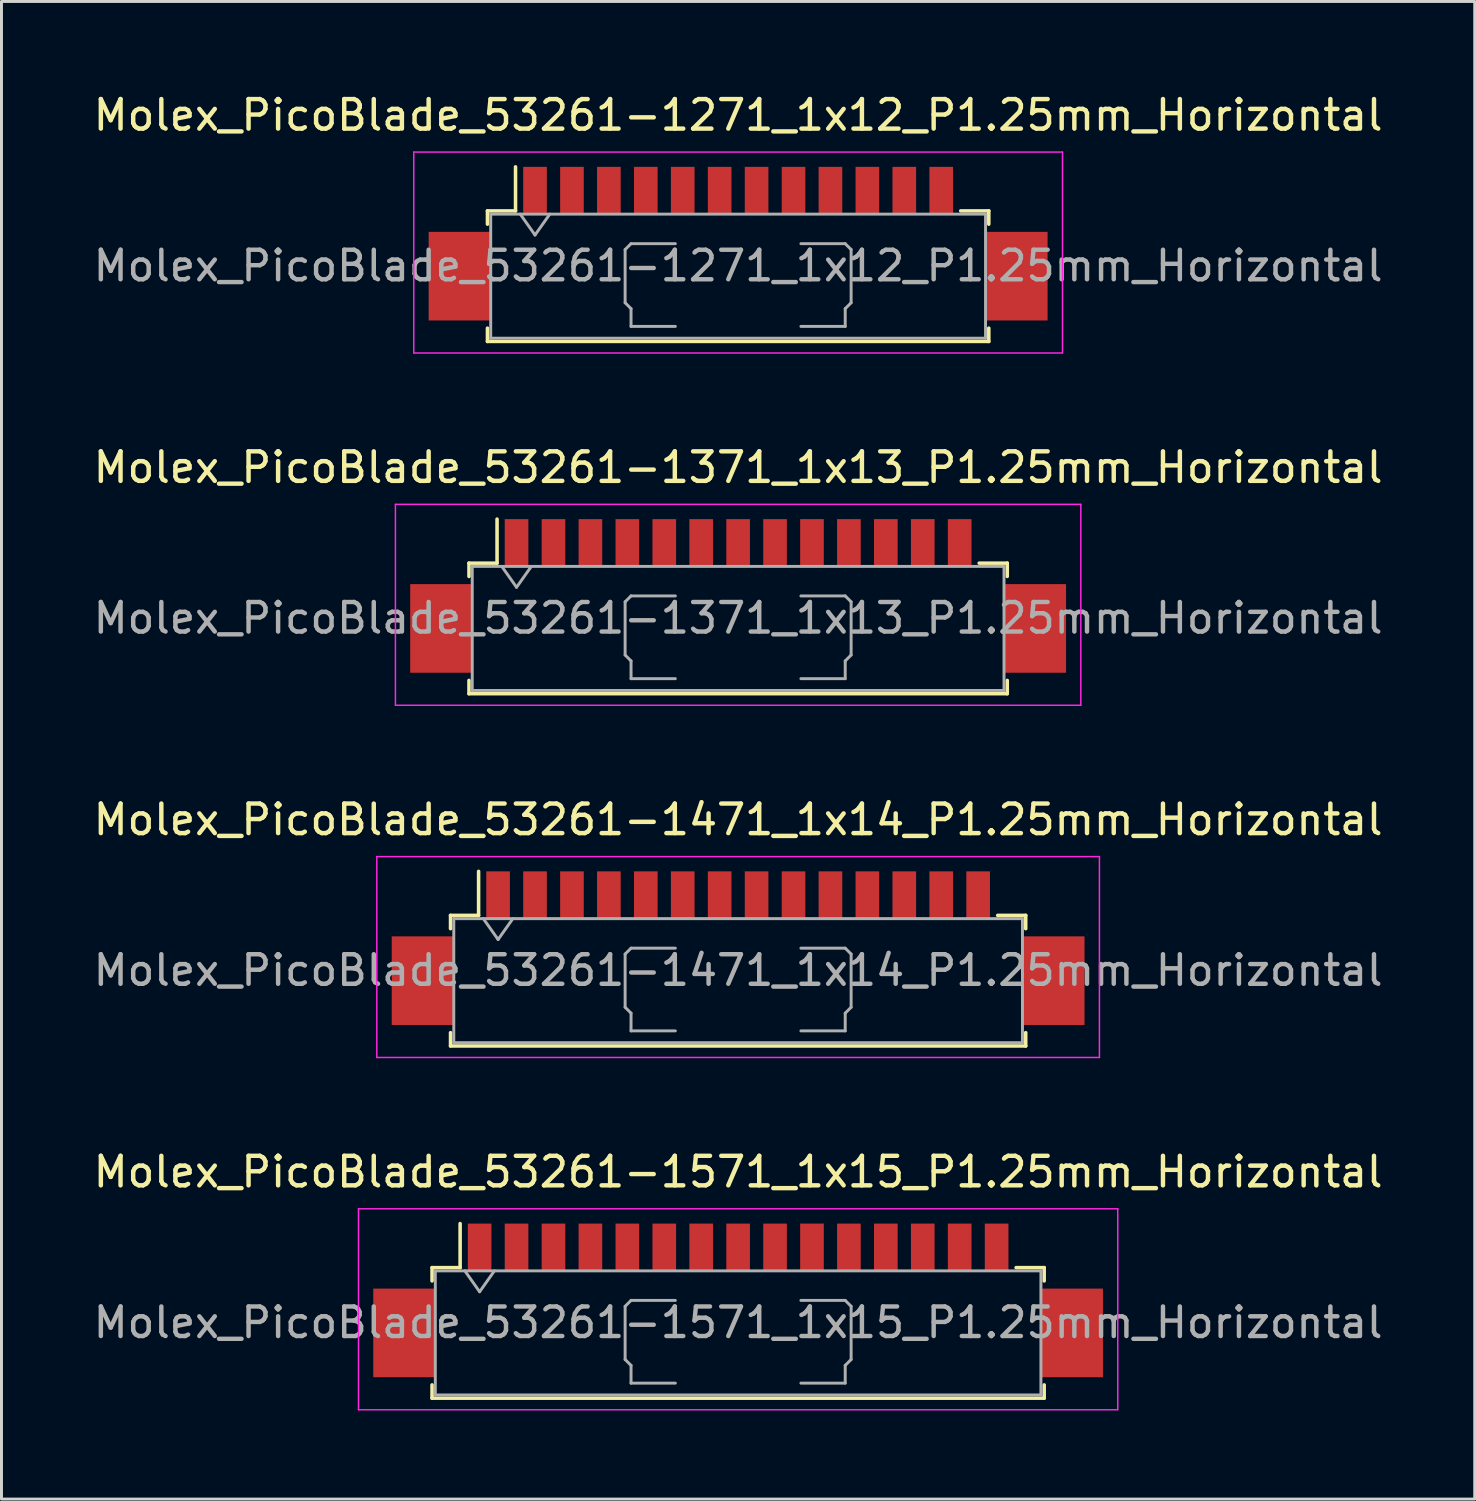
<source format=kicad_pcb>
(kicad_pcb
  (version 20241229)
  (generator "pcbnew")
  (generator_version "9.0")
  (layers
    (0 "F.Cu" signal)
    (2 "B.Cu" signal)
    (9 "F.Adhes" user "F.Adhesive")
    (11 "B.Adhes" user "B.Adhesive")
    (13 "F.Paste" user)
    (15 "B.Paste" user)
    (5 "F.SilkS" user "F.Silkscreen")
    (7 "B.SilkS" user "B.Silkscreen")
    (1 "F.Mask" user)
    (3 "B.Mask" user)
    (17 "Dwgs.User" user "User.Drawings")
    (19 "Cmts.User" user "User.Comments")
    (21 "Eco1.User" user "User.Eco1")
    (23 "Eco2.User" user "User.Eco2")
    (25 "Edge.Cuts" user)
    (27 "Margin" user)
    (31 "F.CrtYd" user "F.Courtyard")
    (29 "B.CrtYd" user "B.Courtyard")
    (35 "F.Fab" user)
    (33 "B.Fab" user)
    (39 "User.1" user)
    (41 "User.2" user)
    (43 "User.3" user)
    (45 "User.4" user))
  (footprint "Molex_PicoBlade_53261-1471_1x14_P1.25mm_Horizontal"
    (layer "F.Cu")
    (at 21.935 29.045)
    (property "Reference" "Molex_PicoBlade_53261-1471_1x14_P1.25mm_Horizontal" (at 0 -4.35 0) (layer "F.SilkS") (effects (font (size 1 1) (thickness 0.15))))
    (attr smd)
    (fp_line (start -9.735 -1.11) (end -8.785 -1.11) (stroke (width 0.12) (type solid)) (layer "F.SilkS"))
    (fp_line (start -9.735 -0.66) (end -9.735 -1.11) (stroke (width 0.12) (type solid)) (layer "F.SilkS"))
    (fp_line (start -9.735 2.86) (end -9.735 3.31) (stroke (width 0.12) (type solid)) (layer "F.SilkS"))
    (fp_line (start -9.735 3.31) (end 9.735 3.31) (stroke (width 0.12) (type solid)) (layer "F.SilkS"))
    (fp_line (start -8.785 -1.11) (end -8.785 -2.6) (stroke (width 0.12) (type solid)) (layer "F.SilkS"))
    (fp_line (start 9.735 -1.11) (end 8.785 -1.11) (stroke (width 0.12) (type solid)) (layer "F.SilkS"))
    (fp_line (start 9.735 -0.66) (end 9.735 -1.11) (stroke (width 0.12) (type solid)) (layer "F.SilkS"))
    (fp_line (start 9.735 3.31) (end 9.735 2.86) (stroke (width 0.12) (type solid)) (layer "F.SilkS"))
    (fp_line (start -12.23 -3.1) (end -12.23 3.7) (stroke (width 0.05) (type solid)) (layer "F.CrtYd"))
    (fp_line (start -12.23 3.7) (end 12.23 3.7) (stroke (width 0.05) (type solid)) (layer "F.CrtYd"))
    (fp_line (start 12.23 -3.1) (end -12.23 -3.1) (stroke (width 0.05) (type solid)) (layer "F.CrtYd"))
    (fp_line (start 12.23 3.7) (end 12.23 -3.1) (stroke (width 0.05) (type solid)) (layer "F.CrtYd"))
    (fp_line (start -9.625 -1) (end -9.625 3.2) (stroke (width 0.1) (type solid)) (layer "F.Fab"))
    (fp_line (start -9.625 -1) (end 9.625 -1) (stroke (width 0.1) (type solid)) (layer "F.Fab"))
    (fp_line (start -9.625 3.2) (end 9.625 3.2) (stroke (width 0.1) (type solid)) (layer "F.Fab"))
    (fp_line (start -8.625 -1) (end -8.125 -0.293) (stroke (width 0.1) (type solid)) (layer "F.Fab"))
    (fp_line (start -8.125 -0.293) (end -7.625 -1) (stroke (width 0.1) (type solid)) (layer "F.Fab"))
    (fp_line (start -3.825 0.2) (end -3.825 2) (stroke (width 0.1) (type solid)) (layer "F.Fab"))
    (fp_line (start -3.825 2) (end -3.625 2.2) (stroke (width 0.1) (type solid)) (layer "F.Fab"))
    (fp_line (start -3.625 0) (end -3.825 0.2) (stroke (width 0.1) (type solid)) (layer "F.Fab"))
    (fp_line (start -3.625 2.2) (end -3.625 2.8) (stroke (width 0.1) (type solid)) (layer "F.Fab"))
    (fp_line (start -3.625 2.8) (end -2.125 2.8) (stroke (width 0.1) (type solid)) (layer "F.Fab"))
    (fp_line (start -2.125 0) (end -3.625 0) (stroke (width 0.1) (type solid)) (layer "F.Fab"))
    (fp_line (start 2.125 0) (end 3.625 0) (stroke (width 0.1) (type solid)) (layer "F.Fab"))
    (fp_line (start 3.625 0) (end 3.825 0.2) (stroke (width 0.1) (type solid)) (layer "F.Fab"))
    (fp_line (start 3.625 2.2) (end 3.625 2.8) (stroke (width 0.1) (type solid)) (layer "F.Fab"))
    (fp_line (start 3.625 2.8) (end 2.125 2.8) (stroke (width 0.1) (type solid)) (layer "F.Fab"))
    (fp_line (start 3.825 0.2) (end 3.825 2) (stroke (width 0.1) (type solid)) (layer "F.Fab"))
    (fp_line (start 3.825 2) (end 3.625 2.2) (stroke (width 0.1) (type solid)) (layer "F.Fab"))
    (fp_line (start 9.625 -1) (end 9.625 3.2) (stroke (width 0.1) (type solid)) (layer "F.Fab"))
    (fp_text user "${REFERENCE}" (at 0 0.75 0) (layer "F.Fab") (effects (font (size 1 1) (thickness 0.15))))
    (pad "" smd rect (at -10.675 1.1) (size 2.1 3) (layers "F.Cu" "F.Mask" "F.Paste"))
    (pad "" smd rect (at 10.675 1.1) (size 2.1 3) (layers "F.Cu" "F.Mask" "F.Paste"))
    (pad "1" smd rect (at -8.125 -1.8) (size 0.8 1.6) (layers "F.Cu" "F.Mask" "F.Paste"))
    (pad "2" smd rect (at -6.875 -1.8) (size 0.8 1.6) (layers "F.Cu" "F.Mask" "F.Paste"))
    (pad "3" smd rect (at -5.625 -1.8) (size 0.8 1.6) (layers "F.Cu" "F.Mask" "F.Paste"))
    (pad "4" smd rect (at -4.375 -1.8) (size 0.8 1.6) (layers "F.Cu" "F.Mask" "F.Paste"))
    (pad "5" smd rect (at -3.125 -1.8) (size 0.8 1.6) (layers "F.Cu" "F.Mask" "F.Paste"))
    (pad "6" smd rect (at -1.875 -1.8) (size 0.8 1.6) (layers "F.Cu" "F.Mask" "F.Paste"))
    (pad "7" smd rect (at -0.625 -1.8) (size 0.8 1.6) (layers "F.Cu" "F.Mask" "F.Paste"))
    (pad "8" smd rect (at 0.625 -1.8) (size 0.8 1.6) (layers "F.Cu" "F.Mask" "F.Paste"))
    (pad "9" smd rect (at 1.875 -1.8) (size 0.8 1.6) (layers "F.Cu" "F.Mask" "F.Paste"))
    (pad "10" smd rect (at 3.125 -1.8) (size 0.8 1.6) (layers "F.Cu" "F.Mask" "F.Paste"))
    (pad "11" smd rect (at 4.375 -1.8) (size 0.8 1.6) (layers "F.Cu" "F.Mask" "F.Paste"))
    (pad "12" smd rect (at 5.625 -1.8) (size 0.8 1.6) (layers "F.Cu" "F.Mask" "F.Paste"))
    (pad "13" smd rect (at 6.875 -1.8) (size 0.8 1.6) (layers "F.Cu" "F.Mask" "F.Paste"))
    (pad "14" smd rect (at 8.125 -1.8) (size 0.8 1.6) (layers "F.Cu" "F.Mask" "F.Paste")))
  (footprint "Molex_PicoBlade_53261-1271_1x12_P1.25mm_Horizontal"
    (layer "F.Cu")
    (at 21.935 5.198)
    (property "Reference" "Molex_PicoBlade_53261-1271_1x12_P1.25mm_Horizontal" (at 0 -4.35 0) (layer "F.SilkS") (effects (font (size 1 1) (thickness 0.15))))
    (attr smd)
    (fp_line (start -8.485 -1.11) (end -7.535 -1.11) (stroke (width 0.12) (type solid)) (layer "F.SilkS"))
    (fp_line (start -8.485 -0.66) (end -8.485 -1.11) (stroke (width 0.12) (type solid)) (layer "F.SilkS"))
    (fp_line (start -8.485 2.86) (end -8.485 3.31) (stroke (width 0.12) (type solid)) (layer "F.SilkS"))
    (fp_line (start -8.485 3.31) (end 8.485 3.31) (stroke (width 0.12) (type solid)) (layer "F.SilkS"))
    (fp_line (start -7.535 -1.11) (end -7.535 -2.6) (stroke (width 0.12) (type solid)) (layer "F.SilkS"))
    (fp_line (start 8.485 -1.11) (end 7.535 -1.11) (stroke (width 0.12) (type solid)) (layer "F.SilkS"))
    (fp_line (start 8.485 -0.66) (end 8.485 -1.11) (stroke (width 0.12) (type solid)) (layer "F.SilkS"))
    (fp_line (start 8.485 3.31) (end 8.485 2.86) (stroke (width 0.12) (type solid)) (layer "F.SilkS"))
    (fp_line (start -10.98 -3.1) (end -10.98 3.7) (stroke (width 0.05) (type solid)) (layer "F.CrtYd"))
    (fp_line (start -10.98 3.7) (end 10.98 3.7) (stroke (width 0.05) (type solid)) (layer "F.CrtYd"))
    (fp_line (start 10.98 -3.1) (end -10.98 -3.1) (stroke (width 0.05) (type solid)) (layer "F.CrtYd"))
    (fp_line (start 10.98 3.7) (end 10.98 -3.1) (stroke (width 0.05) (type solid)) (layer "F.CrtYd"))
    (fp_line (start -8.375 -1) (end -8.375 3.2) (stroke (width 0.1) (type solid)) (layer "F.Fab"))
    (fp_line (start -8.375 -1) (end 8.375 -1) (stroke (width 0.1) (type solid)) (layer "F.Fab"))
    (fp_line (start -8.375 3.2) (end 8.375 3.2) (stroke (width 0.1) (type solid)) (layer "F.Fab"))
    (fp_line (start -7.375 -1) (end -6.875 -0.293) (stroke (width 0.1) (type solid)) (layer "F.Fab"))
    (fp_line (start -6.875 -0.293) (end -6.375 -1) (stroke (width 0.1) (type solid)) (layer "F.Fab"))
    (fp_line (start -3.825 0.2) (end -3.825 2) (stroke (width 0.1) (type solid)) (layer "F.Fab"))
    (fp_line (start -3.825 2) (end -3.625 2.2) (stroke (width 0.1) (type solid)) (layer "F.Fab"))
    (fp_line (start -3.625 0) (end -3.825 0.2) (stroke (width 0.1) (type solid)) (layer "F.Fab"))
    (fp_line (start -3.625 2.2) (end -3.625 2.8) (stroke (width 0.1) (type solid)) (layer "F.Fab"))
    (fp_line (start -3.625 2.8) (end -2.125 2.8) (stroke (width 0.1) (type solid)) (layer "F.Fab"))
    (fp_line (start -2.125 0) (end -3.625 0) (stroke (width 0.1) (type solid)) (layer "F.Fab"))
    (fp_line (start 2.125 0) (end 3.625 0) (stroke (width 0.1) (type solid)) (layer "F.Fab"))
    (fp_line (start 3.625 0) (end 3.825 0.2) (stroke (width 0.1) (type solid)) (layer "F.Fab"))
    (fp_line (start 3.625 2.2) (end 3.625 2.8) (stroke (width 0.1) (type solid)) (layer "F.Fab"))
    (fp_line (start 3.625 2.8) (end 2.125 2.8) (stroke (width 0.1) (type solid)) (layer "F.Fab"))
    (fp_line (start 3.825 0.2) (end 3.825 2) (stroke (width 0.1) (type solid)) (layer "F.Fab"))
    (fp_line (start 3.825 2) (end 3.625 2.2) (stroke (width 0.1) (type solid)) (layer "F.Fab"))
    (fp_line (start 8.375 -1) (end 8.375 3.2) (stroke (width 0.1) (type solid)) (layer "F.Fab"))
    (fp_text user "${REFERENCE}" (at 0 0.75 0) (layer "F.Fab") (effects (font (size 1 1) (thickness 0.15))))
    (pad "" smd rect (at -9.425 1.1) (size 2.1 3) (layers "F.Cu" "F.Mask" "F.Paste"))
    (pad "" smd rect (at 9.425 1.1) (size 2.1 3) (layers "F.Cu" "F.Mask" "F.Paste"))
    (pad "1" smd rect (at -6.875 -1.8) (size 0.8 1.6) (layers "F.Cu" "F.Mask" "F.Paste"))
    (pad "2" smd rect (at -5.625 -1.8) (size 0.8 1.6) (layers "F.Cu" "F.Mask" "F.Paste"))
    (pad "3" smd rect (at -4.375 -1.8) (size 0.8 1.6) (layers "F.Cu" "F.Mask" "F.Paste"))
    (pad "4" smd rect (at -3.125 -1.8) (size 0.8 1.6) (layers "F.Cu" "F.Mask" "F.Paste"))
    (pad "5" smd rect (at -1.875 -1.8) (size 0.8 1.6) (layers "F.Cu" "F.Mask" "F.Paste"))
    (pad "6" smd rect (at -0.625 -1.8) (size 0.8 1.6) (layers "F.Cu" "F.Mask" "F.Paste"))
    (pad "7" smd rect (at 0.625 -1.8) (size 0.8 1.6) (layers "F.Cu" "F.Mask" "F.Paste"))
    (pad "8" smd rect (at 1.875 -1.8) (size 0.8 1.6) (layers "F.Cu" "F.Mask" "F.Paste"))
    (pad "9" smd rect (at 3.125 -1.8) (size 0.8 1.6) (layers "F.Cu" "F.Mask" "F.Paste"))
    (pad "10" smd rect (at 4.375 -1.8) (size 0.8 1.6) (layers "F.Cu" "F.Mask" "F.Paste"))
    (pad "11" smd rect (at 5.625 -1.8) (size 0.8 1.6) (layers "F.Cu" "F.Mask" "F.Paste"))
    (pad "12" smd rect (at 6.875 -1.8) (size 0.8 1.6) (layers "F.Cu" "F.Mask" "F.Paste")))
  (footprint "Molex_PicoBlade_53261-1371_1x13_P1.25mm_Horizontal"
    (layer "F.Cu")
    (at 21.935 17.122)
    (property "Reference" "Molex_PicoBlade_53261-1371_1x13_P1.25mm_Horizontal" (at 0 -4.35 0) (layer "F.SilkS") (effects (font (size 1 1) (thickness 0.15))))
    (attr smd)
    (fp_line (start -9.11 -1.11) (end -8.16 -1.11) (stroke (width 0.12) (type solid)) (layer "F.SilkS"))
    (fp_line (start -9.11 -0.66) (end -9.11 -1.11) (stroke (width 0.12) (type solid)) (layer "F.SilkS"))
    (fp_line (start -9.11 2.86) (end -9.11 3.31) (stroke (width 0.12) (type solid)) (layer "F.SilkS"))
    (fp_line (start -9.11 3.31) (end 9.11 3.31) (stroke (width 0.12) (type solid)) (layer "F.SilkS"))
    (fp_line (start -8.16 -1.11) (end -8.16 -2.6) (stroke (width 0.12) (type solid)) (layer "F.SilkS"))
    (fp_line (start 9.11 -1.11) (end 8.16 -1.11) (stroke (width 0.12) (type solid)) (layer "F.SilkS"))
    (fp_line (start 9.11 -0.66) (end 9.11 -1.11) (stroke (width 0.12) (type solid)) (layer "F.SilkS"))
    (fp_line (start 9.11 3.31) (end 9.11 2.86) (stroke (width 0.12) (type solid)) (layer "F.SilkS"))
    (fp_line (start -11.6 -3.1) (end -11.6 3.7) (stroke (width 0.05) (type solid)) (layer "F.CrtYd"))
    (fp_line (start -11.6 3.7) (end 11.6 3.7) (stroke (width 0.05) (type solid)) (layer "F.CrtYd"))
    (fp_line (start 11.6 -3.1) (end -11.6 -3.1) (stroke (width 0.05) (type solid)) (layer "F.CrtYd"))
    (fp_line (start 11.6 3.7) (end 11.6 -3.1) (stroke (width 0.05) (type solid)) (layer "F.CrtYd"))
    (fp_line (start -9 -1) (end -9 3.2) (stroke (width 0.1) (type solid)) (layer "F.Fab"))
    (fp_line (start -9 -1) (end 9 -1) (stroke (width 0.1) (type solid)) (layer "F.Fab"))
    (fp_line (start -9 3.2) (end 9 3.2) (stroke (width 0.1) (type solid)) (layer "F.Fab"))
    (fp_line (start -8 -1) (end -7.5 -0.293) (stroke (width 0.1) (type solid)) (layer "F.Fab"))
    (fp_line (start -7.5 -0.293) (end -7 -1) (stroke (width 0.1) (type solid)) (layer "F.Fab"))
    (fp_line (start -3.825 0.2) (end -3.825 2) (stroke (width 0.1) (type solid)) (layer "F.Fab"))
    (fp_line (start -3.825 2) (end -3.625 2.2) (stroke (width 0.1) (type solid)) (layer "F.Fab"))
    (fp_line (start -3.625 0) (end -3.825 0.2) (stroke (width 0.1) (type solid)) (layer "F.Fab"))
    (fp_line (start -3.625 2.2) (end -3.625 2.8) (stroke (width 0.1) (type solid)) (layer "F.Fab"))
    (fp_line (start -3.625 2.8) (end -2.125 2.8) (stroke (width 0.1) (type solid)) (layer "F.Fab"))
    (fp_line (start -2.125 0) (end -3.625 0) (stroke (width 0.1) (type solid)) (layer "F.Fab"))
    (fp_line (start 2.125 0) (end 3.625 0) (stroke (width 0.1) (type solid)) (layer "F.Fab"))
    (fp_line (start 3.625 0) (end 3.825 0.2) (stroke (width 0.1) (type solid)) (layer "F.Fab"))
    (fp_line (start 3.625 2.2) (end 3.625 2.8) (stroke (width 0.1) (type solid)) (layer "F.Fab"))
    (fp_line (start 3.625 2.8) (end 2.125 2.8) (stroke (width 0.1) (type solid)) (layer "F.Fab"))
    (fp_line (start 3.825 0.2) (end 3.825 2) (stroke (width 0.1) (type solid)) (layer "F.Fab"))
    (fp_line (start 3.825 2) (end 3.625 2.2) (stroke (width 0.1) (type solid)) (layer "F.Fab"))
    (fp_line (start 9 -1) (end 9 3.2) (stroke (width 0.1) (type solid)) (layer "F.Fab"))
    (fp_text user "${REFERENCE}" (at 0 0.75 0) (layer "F.Fab") (effects (font (size 1 1) (thickness 0.15))))
    (pad "" smd rect (at -10.05 1.1) (size 2.1 3) (layers "F.Cu" "F.Mask" "F.Paste"))
    (pad "" smd rect (at 10.05 1.1) (size 2.1 3) (layers "F.Cu" "F.Mask" "F.Paste"))
    (pad "1" smd rect (at -7.5 -1.8) (size 0.8 1.6) (layers "F.Cu" "F.Mask" "F.Paste"))
    (pad "2" smd rect (at -6.25 -1.8) (size 0.8 1.6) (layers "F.Cu" "F.Mask" "F.Paste"))
    (pad "3" smd rect (at -5 -1.8) (size 0.8 1.6) (layers "F.Cu" "F.Mask" "F.Paste"))
    (pad "4" smd rect (at -3.75 -1.8) (size 0.8 1.6) (layers "F.Cu" "F.Mask" "F.Paste"))
    (pad "5" smd rect (at -2.5 -1.8) (size 0.8 1.6) (layers "F.Cu" "F.Mask" "F.Paste"))
    (pad "6" smd rect (at -1.25 -1.8) (size 0.8 1.6) (layers "F.Cu" "F.Mask" "F.Paste"))
    (pad "7" smd rect (at 0 -1.8) (size 0.8 1.6) (layers "F.Cu" "F.Mask" "F.Paste"))
    (pad "8" smd rect (at 1.25 -1.8) (size 0.8 1.6) (layers "F.Cu" "F.Mask" "F.Paste"))
    (pad "9" smd rect (at 2.5 -1.8) (size 0.8 1.6) (layers "F.Cu" "F.Mask" "F.Paste"))
    (pad "10" smd rect (at 3.75 -1.8) (size 0.8 1.6) (layers "F.Cu" "F.Mask" "F.Paste"))
    (pad "11" smd rect (at 5 -1.8) (size 0.8 1.6) (layers "F.Cu" "F.Mask" "F.Paste"))
    (pad "12" smd rect (at 6.25 -1.8) (size 0.8 1.6) (layers "F.Cu" "F.Mask" "F.Paste"))
    (pad "13" smd rect (at 7.5 -1.8) (size 0.8 1.6) (layers "F.Cu" "F.Mask" "F.Paste")))
  (footprint "Molex_PicoBlade_53261-1571_1x15_P1.25mm_Horizontal"
    (layer "F.Cu")
    (at 21.935 40.968)
    (property "Reference" "Molex_PicoBlade_53261-1571_1x15_P1.25mm_Horizontal" (at 0 -4.35 0) (layer "F.SilkS") (effects (font (size 1 1) (thickness 0.15))))
    (attr smd)
    (fp_line (start -10.36 -1.11) (end -9.41 -1.11) (stroke (width 0.12) (type solid)) (layer "F.SilkS"))
    (fp_line (start -10.36 -0.66) (end -10.36 -1.11) (stroke (width 0.12) (type solid)) (layer "F.SilkS"))
    (fp_line (start -10.36 2.86) (end -10.36 3.31) (stroke (width 0.12) (type solid)) (layer "F.SilkS"))
    (fp_line (start -10.36 3.31) (end 10.36 3.31) (stroke (width 0.12) (type solid)) (layer "F.SilkS"))
    (fp_line (start -9.41 -1.11) (end -9.41 -2.6) (stroke (width 0.12) (type solid)) (layer "F.SilkS"))
    (fp_line (start 10.36 -1.11) (end 9.41 -1.11) (stroke (width 0.12) (type solid)) (layer "F.SilkS"))
    (fp_line (start 10.36 -0.66) (end 10.36 -1.11) (stroke (width 0.12) (type solid)) (layer "F.SilkS"))
    (fp_line (start 10.36 3.31) (end 10.36 2.86) (stroke (width 0.12) (type solid)) (layer "F.SilkS"))
    (fp_line (start -12.85 -3.1) (end -12.85 3.7) (stroke (width 0.05) (type solid)) (layer "F.CrtYd"))
    (fp_line (start -12.85 3.7) (end 12.85 3.7) (stroke (width 0.05) (type solid)) (layer "F.CrtYd"))
    (fp_line (start 12.85 -3.1) (end -12.85 -3.1) (stroke (width 0.05) (type solid)) (layer "F.CrtYd"))
    (fp_line (start 12.85 3.7) (end 12.85 -3.1) (stroke (width 0.05) (type solid)) (layer "F.CrtYd"))
    (fp_line (start -10.25 -1) (end -10.25 3.2) (stroke (width 0.1) (type solid)) (layer "F.Fab"))
    (fp_line (start -10.25 -1) (end 10.25 -1) (stroke (width 0.1) (type solid)) (layer "F.Fab"))
    (fp_line (start -10.25 3.2) (end 10.25 3.2) (stroke (width 0.1) (type solid)) (layer "F.Fab"))
    (fp_line (start -9.25 -1) (end -8.75 -0.293) (stroke (width 0.1) (type solid)) (layer "F.Fab"))
    (fp_line (start -8.75 -0.293) (end -8.25 -1) (stroke (width 0.1) (type solid)) (layer "F.Fab"))
    (fp_line (start -3.825 0.2) (end -3.825 2) (stroke (width 0.1) (type solid)) (layer "F.Fab"))
    (fp_line (start -3.825 2) (end -3.625 2.2) (stroke (width 0.1) (type solid)) (layer "F.Fab"))
    (fp_line (start -3.625 0) (end -3.825 0.2) (stroke (width 0.1) (type solid)) (layer "F.Fab"))
    (fp_line (start -3.625 2.2) (end -3.625 2.8) (stroke (width 0.1) (type solid)) (layer "F.Fab"))
    (fp_line (start -3.625 2.8) (end -2.125 2.8) (stroke (width 0.1) (type solid)) (layer "F.Fab"))
    (fp_line (start -2.125 0) (end -3.625 0) (stroke (width 0.1) (type solid)) (layer "F.Fab"))
    (fp_line (start 2.125 0) (end 3.625 0) (stroke (width 0.1) (type solid)) (layer "F.Fab"))
    (fp_line (start 3.625 0) (end 3.825 0.2) (stroke (width 0.1) (type solid)) (layer "F.Fab"))
    (fp_line (start 3.625 2.2) (end 3.625 2.8) (stroke (width 0.1) (type solid)) (layer "F.Fab"))
    (fp_line (start 3.625 2.8) (end 2.125 2.8) (stroke (width 0.1) (type solid)) (layer "F.Fab"))
    (fp_line (start 3.825 0.2) (end 3.825 2) (stroke (width 0.1) (type solid)) (layer "F.Fab"))
    (fp_line (start 3.825 2) (end 3.625 2.2) (stroke (width 0.1) (type solid)) (layer "F.Fab"))
    (fp_line (start 10.25 -1) (end 10.25 3.2) (stroke (width 0.1) (type solid)) (layer "F.Fab"))
    (fp_text user "${REFERENCE}" (at 0 0.75 0) (layer "F.Fab") (effects (font (size 1 1) (thickness 0.15))))
    (pad "" smd rect (at -11.3 1.1) (size 2.1 3) (layers "F.Cu" "F.Mask" "F.Paste"))
    (pad "" smd rect (at 11.3 1.1) (size 2.1 3) (layers "F.Cu" "F.Mask" "F.Paste"))
    (pad "1" smd rect (at -8.75 -1.8) (size 0.8 1.6) (layers "F.Cu" "F.Mask" "F.Paste"))
    (pad "2" smd rect (at -7.5 -1.8) (size 0.8 1.6) (layers "F.Cu" "F.Mask" "F.Paste"))
    (pad "3" smd rect (at -6.25 -1.8) (size 0.8 1.6) (layers "F.Cu" "F.Mask" "F.Paste"))
    (pad "4" smd rect (at -5 -1.8) (size 0.8 1.6) (layers "F.Cu" "F.Mask" "F.Paste"))
    (pad "5" smd rect (at -3.75 -1.8) (size 0.8 1.6) (layers "F.Cu" "F.Mask" "F.Paste"))
    (pad "6" smd rect (at -2.5 -1.8) (size 0.8 1.6) (layers "F.Cu" "F.Mask" "F.Paste"))
    (pad "7" smd rect (at -1.25 -1.8) (size 0.8 1.6) (layers "F.Cu" "F.Mask" "F.Paste"))
    (pad "8" smd rect (at 0 -1.8) (size 0.8 1.6) (layers "F.Cu" "F.Mask" "F.Paste"))
    (pad "9" smd rect (at 1.25 -1.8) (size 0.8 1.6) (layers "F.Cu" "F.Mask" "F.Paste"))
    (pad "10" smd rect (at 2.5 -1.8) (size 0.8 1.6) (layers "F.Cu" "F.Mask" "F.Paste"))
    (pad "11" smd rect (at 3.75 -1.8) (size 0.8 1.6) (layers "F.Cu" "F.Mask" "F.Paste"))
    (pad "12" smd rect (at 5 -1.8) (size 0.8 1.6) (layers "F.Cu" "F.Mask" "F.Paste"))
    (pad "13" smd rect (at 6.25 -1.8) (size 0.8 1.6) (layers "F.Cu" "F.Mask" "F.Paste"))
    (pad "14" smd rect (at 7.5 -1.8) (size 0.8 1.6) (layers "F.Cu" "F.Mask" "F.Paste"))
    (pad "15" smd rect (at 8.75 -1.8) (size 0.8 1.6) (layers "F.Cu" "F.Mask" "F.Paste")))
  (gr_rect
    (start -3 -3)
    (end 46.869 47.693)
    (stroke (width 0.1) (type default))
    (fill no)
    (layer "Edge.Cuts")))
</source>
